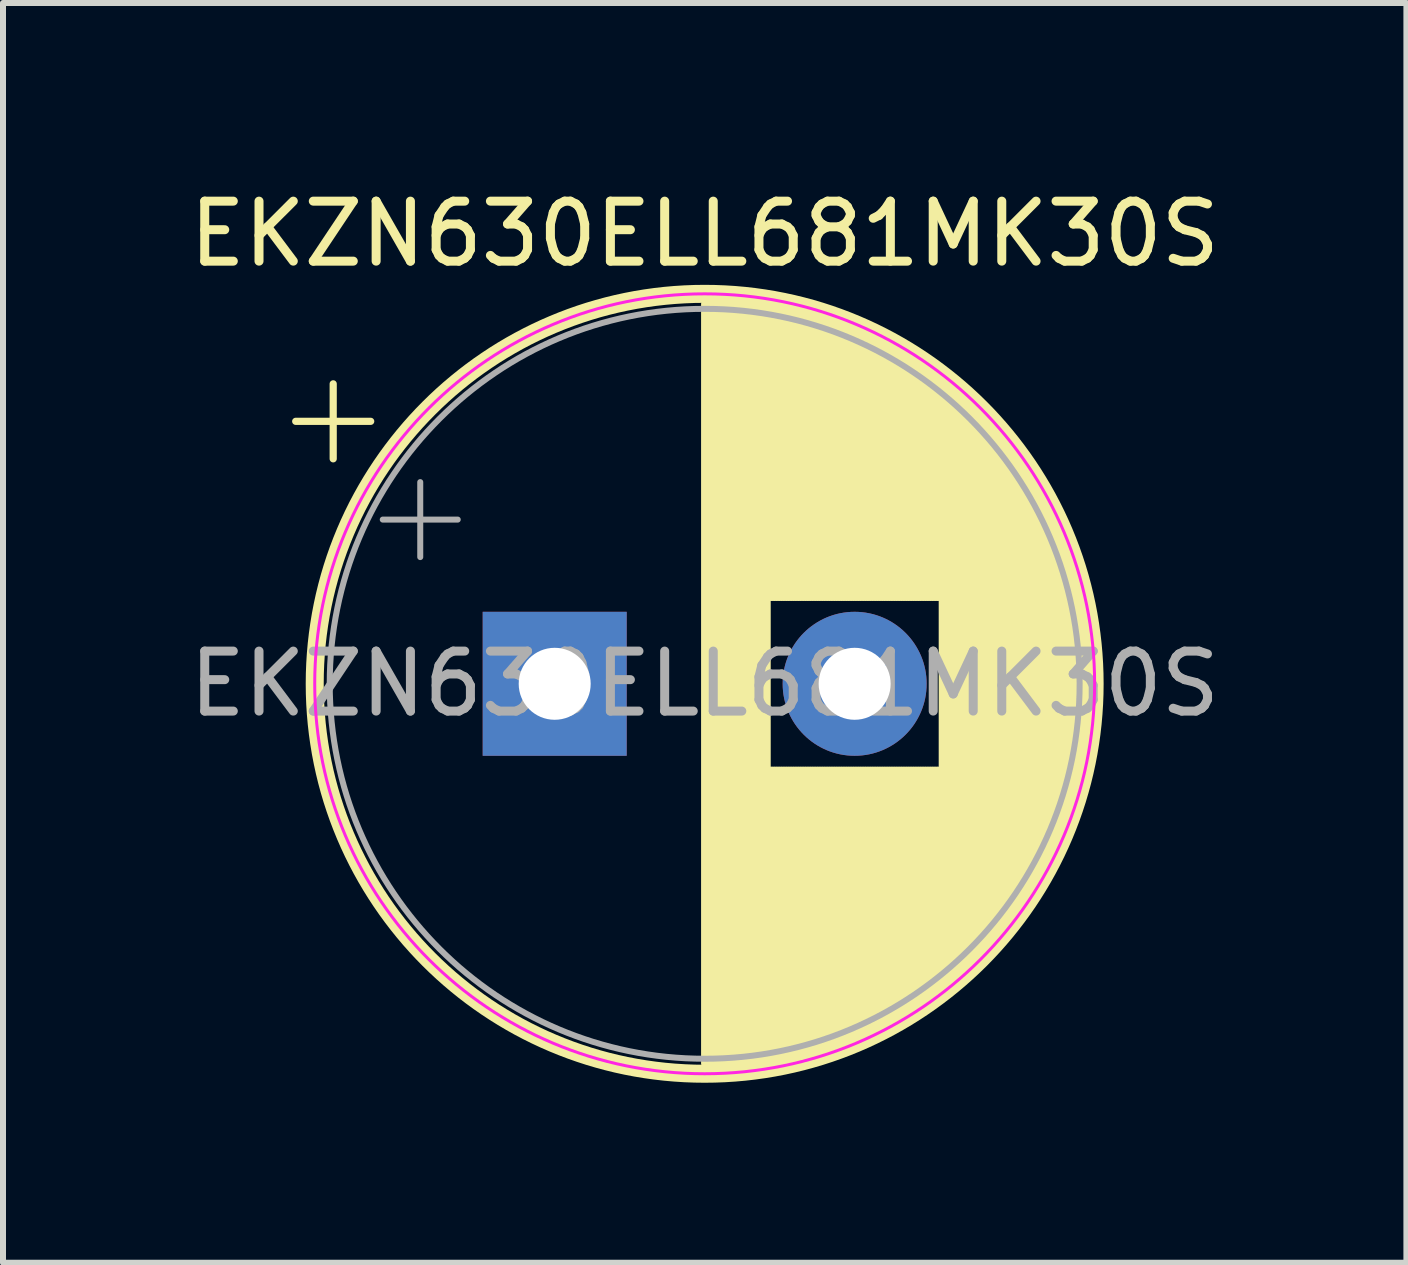
<source format=kicad_pcb>
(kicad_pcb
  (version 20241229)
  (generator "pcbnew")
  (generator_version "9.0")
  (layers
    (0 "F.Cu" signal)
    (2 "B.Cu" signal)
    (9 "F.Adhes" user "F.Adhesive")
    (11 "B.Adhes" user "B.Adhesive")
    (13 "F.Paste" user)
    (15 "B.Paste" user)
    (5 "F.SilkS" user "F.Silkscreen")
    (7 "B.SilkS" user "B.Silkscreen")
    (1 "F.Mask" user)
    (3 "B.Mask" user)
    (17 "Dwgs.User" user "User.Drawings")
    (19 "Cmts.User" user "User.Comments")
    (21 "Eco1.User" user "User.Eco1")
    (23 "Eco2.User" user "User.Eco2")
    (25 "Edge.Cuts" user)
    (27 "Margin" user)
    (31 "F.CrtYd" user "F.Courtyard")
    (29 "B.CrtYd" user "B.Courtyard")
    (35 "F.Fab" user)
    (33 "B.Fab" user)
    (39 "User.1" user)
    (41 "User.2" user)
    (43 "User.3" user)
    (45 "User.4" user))
  (footprint "EKZN630ELL681MK30S"
    (layer "F.Cu")
    (at 6.196 8.348)
    (property "Reference" "EKZN630ELL681MK30S" (at 2.5 -7.5 0) (layer "F.SilkS") (effects (font (size 1 1) (thickness 0.15))))
    (attr through_hole)
    (fp_line (start -4.317 -4.375) (end -3.067 -4.375) (stroke (width 0.12) (type solid)) (layer "F.SilkS"))
    (fp_line (start -3.692 -5) (end -3.692 -3.75) (stroke (width 0.12) (type solid)) (layer "F.SilkS"))
    (fp_line (start 2.5 -6.33) (end 2.5 6.33) (stroke (width 0.12) (type solid)) (layer "F.SilkS"))
    (fp_line (start 2.54 -6.33) (end 2.54 6.33) (stroke (width 0.12) (type solid)) (layer "F.SilkS"))
    (fp_line (start 2.58 -6.33) (end 2.58 6.33) (stroke (width 0.12) (type solid)) (layer "F.SilkS"))
    (fp_line (start 2.62 -6.329) (end 2.62 6.329) (stroke (width 0.12) (type solid)) (layer "F.SilkS"))
    (fp_line (start 2.66 -6.328) (end 2.66 6.328) (stroke (width 0.12) (type solid)) (layer "F.SilkS"))
    (fp_line (start 2.7 -6.327) (end 2.7 6.327) (stroke (width 0.12) (type solid)) (layer "F.SilkS"))
    (fp_line (start 2.74 -6.326) (end 2.74 6.326) (stroke (width 0.12) (type solid)) (layer "F.SilkS"))
    (fp_line (start 2.78 -6.324) (end 2.78 6.324) (stroke (width 0.12) (type solid)) (layer "F.SilkS"))
    (fp_line (start 2.82 -6.322) (end 2.82 6.322) (stroke (width 0.12) (type solid)) (layer "F.SilkS"))
    (fp_line (start 2.86 -6.32) (end 2.86 6.32) (stroke (width 0.12) (type solid)) (layer "F.SilkS"))
    (fp_line (start 2.9 -6.318) (end 2.9 6.318) (stroke (width 0.12) (type solid)) (layer "F.SilkS"))
    (fp_line (start 2.94 -6.315) (end 2.94 6.315) (stroke (width 0.12) (type solid)) (layer "F.SilkS"))
    (fp_line (start 2.98 -6.312) (end 2.98 6.312) (stroke (width 0.12) (type solid)) (layer "F.SilkS"))
    (fp_line (start 3.02 -6.309) (end 3.02 6.309) (stroke (width 0.12) (type solid)) (layer "F.SilkS"))
    (fp_line (start 3.06 -6.306) (end 3.06 6.306) (stroke (width 0.12) (type solid)) (layer "F.SilkS"))
    (fp_line (start 3.1 -6.302) (end 3.1 6.302) (stroke (width 0.12) (type solid)) (layer "F.SilkS"))
    (fp_line (start 3.14 -6.298) (end 3.14 6.298) (stroke (width 0.12) (type solid)) (layer "F.SilkS"))
    (fp_line (start 3.18 -6.294) (end 3.18 6.294) (stroke (width 0.12) (type solid)) (layer "F.SilkS"))
    (fp_line (start 3.221 -6.29) (end 3.221 6.29) (stroke (width 0.12) (type solid)) (layer "F.SilkS"))
    (fp_line (start 3.261 -6.285) (end 3.261 6.285) (stroke (width 0.12) (type solid)) (layer "F.SilkS"))
    (fp_line (start 3.301 -6.28) (end 3.301 6.28) (stroke (width 0.12) (type solid)) (layer "F.SilkS"))
    (fp_line (start 3.341 -6.275) (end 3.341 6.275) (stroke (width 0.12) (type solid)) (layer "F.SilkS"))
    (fp_line (start 3.381 -6.269) (end 3.381 6.269) (stroke (width 0.12) (type solid)) (layer "F.SilkS"))
    (fp_line (start 3.421 -6.264) (end 3.421 6.264) (stroke (width 0.12) (type solid)) (layer "F.SilkS"))
    (fp_line (start 3.461 -6.258) (end 3.461 6.258) (stroke (width 0.12) (type solid)) (layer "F.SilkS"))
    (fp_line (start 3.501 -6.252) (end 3.501 6.252) (stroke (width 0.12) (type solid)) (layer "F.SilkS"))
    (fp_line (start 3.541 -6.245) (end 3.541 6.245) (stroke (width 0.12) (type solid)) (layer "F.SilkS"))
    (fp_line (start 3.581 -6.238) (end 3.581 -1.44) (stroke (width 0.12) (type solid)) (layer "F.SilkS"))
    (fp_line (start 3.581 1.44) (end 3.581 6.238) (stroke (width 0.12) (type solid)) (layer "F.SilkS"))
    (fp_line (start 3.621 -6.231) (end 3.621 -1.44) (stroke (width 0.12) (type solid)) (layer "F.SilkS"))
    (fp_line (start 3.621 1.44) (end 3.621 6.231) (stroke (width 0.12) (type solid)) (layer "F.SilkS"))
    (fp_line (start 3.661 -6.224) (end 3.661 -1.44) (stroke (width 0.12) (type solid)) (layer "F.SilkS"))
    (fp_line (start 3.661 1.44) (end 3.661 6.224) (stroke (width 0.12) (type solid)) (layer "F.SilkS"))
    (fp_line (start 3.701 -6.216) (end 3.701 -1.44) (stroke (width 0.12) (type solid)) (layer "F.SilkS"))
    (fp_line (start 3.701 1.44) (end 3.701 6.216) (stroke (width 0.12) (type solid)) (layer "F.SilkS"))
    (fp_line (start 3.741 -6.209) (end 3.741 -1.44) (stroke (width 0.12) (type solid)) (layer "F.SilkS"))
    (fp_line (start 3.741 1.44) (end 3.741 6.209) (stroke (width 0.12) (type solid)) (layer "F.SilkS"))
    (fp_line (start 3.781 -6.201) (end 3.781 -1.44) (stroke (width 0.12) (type solid)) (layer "F.SilkS"))
    (fp_line (start 3.781 1.44) (end 3.781 6.201) (stroke (width 0.12) (type solid)) (layer "F.SilkS"))
    (fp_line (start 3.821 -6.192) (end 3.821 -1.44) (stroke (width 0.12) (type solid)) (layer "F.SilkS"))
    (fp_line (start 3.821 1.44) (end 3.821 6.192) (stroke (width 0.12) (type solid)) (layer "F.SilkS"))
    (fp_line (start 3.861 -6.184) (end 3.861 -1.44) (stroke (width 0.12) (type solid)) (layer "F.SilkS"))
    (fp_line (start 3.861 1.44) (end 3.861 6.184) (stroke (width 0.12) (type solid)) (layer "F.SilkS"))
    (fp_line (start 3.901 -6.175) (end 3.901 -1.44) (stroke (width 0.12) (type solid)) (layer "F.SilkS"))
    (fp_line (start 3.901 1.44) (end 3.901 6.175) (stroke (width 0.12) (type solid)) (layer "F.SilkS"))
    (fp_line (start 3.941 -6.166) (end 3.941 -1.44) (stroke (width 0.12) (type solid)) (layer "F.SilkS"))
    (fp_line (start 3.941 1.44) (end 3.941 6.166) (stroke (width 0.12) (type solid)) (layer "F.SilkS"))
    (fp_line (start 3.981 -6.156) (end 3.981 -1.44) (stroke (width 0.12) (type solid)) (layer "F.SilkS"))
    (fp_line (start 3.981 1.44) (end 3.981 6.156) (stroke (width 0.12) (type solid)) (layer "F.SilkS"))
    (fp_line (start 4.021 -6.146) (end 4.021 -1.44) (stroke (width 0.12) (type solid)) (layer "F.SilkS"))
    (fp_line (start 4.021 1.44) (end 4.021 6.146) (stroke (width 0.12) (type solid)) (layer "F.SilkS"))
    (fp_line (start 4.061 -6.137) (end 4.061 -1.44) (stroke (width 0.12) (type solid)) (layer "F.SilkS"))
    (fp_line (start 4.061 1.44) (end 4.061 6.137) (stroke (width 0.12) (type solid)) (layer "F.SilkS"))
    (fp_line (start 4.101 -6.126) (end 4.101 -1.44) (stroke (width 0.12) (type solid)) (layer "F.SilkS"))
    (fp_line (start 4.101 1.44) (end 4.101 6.126) (stroke (width 0.12) (type solid)) (layer "F.SilkS"))
    (fp_line (start 4.141 -6.116) (end 4.141 -1.44) (stroke (width 0.12) (type solid)) (layer "F.SilkS"))
    (fp_line (start 4.141 1.44) (end 4.141 6.116) (stroke (width 0.12) (type solid)) (layer "F.SilkS"))
    (fp_line (start 4.181 -6.105) (end 4.181 -1.44) (stroke (width 0.12) (type solid)) (layer "F.SilkS"))
    (fp_line (start 4.181 1.44) (end 4.181 6.105) (stroke (width 0.12) (type solid)) (layer "F.SilkS"))
    (fp_line (start 4.221 -6.094) (end 4.221 -1.44) (stroke (width 0.12) (type solid)) (layer "F.SilkS"))
    (fp_line (start 4.221 1.44) (end 4.221 6.094) (stroke (width 0.12) (type solid)) (layer "F.SilkS"))
    (fp_line (start 4.261 -6.083) (end 4.261 -1.44) (stroke (width 0.12) (type solid)) (layer "F.SilkS"))
    (fp_line (start 4.261 1.44) (end 4.261 6.083) (stroke (width 0.12) (type solid)) (layer "F.SilkS"))
    (fp_line (start 4.301 -6.071) (end 4.301 -1.44) (stroke (width 0.12) (type solid)) (layer "F.SilkS"))
    (fp_line (start 4.301 1.44) (end 4.301 6.071) (stroke (width 0.12) (type solid)) (layer "F.SilkS"))
    (fp_line (start 4.341 -6.059) (end 4.341 -1.44) (stroke (width 0.12) (type solid)) (layer "F.SilkS"))
    (fp_line (start 4.341 1.44) (end 4.341 6.059) (stroke (width 0.12) (type solid)) (layer "F.SilkS"))
    (fp_line (start 4.381 -6.047) (end 4.381 -1.44) (stroke (width 0.12) (type solid)) (layer "F.SilkS"))
    (fp_line (start 4.381 1.44) (end 4.381 6.047) (stroke (width 0.12) (type solid)) (layer "F.SilkS"))
    (fp_line (start 4.421 -6.034) (end 4.421 -1.44) (stroke (width 0.12) (type solid)) (layer "F.SilkS"))
    (fp_line (start 4.421 1.44) (end 4.421 6.034) (stroke (width 0.12) (type solid)) (layer "F.SilkS"))
    (fp_line (start 4.461 -6.021) (end 4.461 -1.44) (stroke (width 0.12) (type solid)) (layer "F.SilkS"))
    (fp_line (start 4.461 1.44) (end 4.461 6.021) (stroke (width 0.12) (type solid)) (layer "F.SilkS"))
    (fp_line (start 4.501 -6.008) (end 4.501 -1.44) (stroke (width 0.12) (type solid)) (layer "F.SilkS"))
    (fp_line (start 4.501 1.44) (end 4.501 6.008) (stroke (width 0.12) (type solid)) (layer "F.SilkS"))
    (fp_line (start 4.541 -5.995) (end 4.541 -1.44) (stroke (width 0.12) (type solid)) (layer "F.SilkS"))
    (fp_line (start 4.541 1.44) (end 4.541 5.995) (stroke (width 0.12) (type solid)) (layer "F.SilkS"))
    (fp_line (start 4.581 -5.981) (end 4.581 -1.44) (stroke (width 0.12) (type solid)) (layer "F.SilkS"))
    (fp_line (start 4.581 1.44) (end 4.581 5.981) (stroke (width 0.12) (type solid)) (layer "F.SilkS"))
    (fp_line (start 4.621 -5.967) (end 4.621 -1.44) (stroke (width 0.12) (type solid)) (layer "F.SilkS"))
    (fp_line (start 4.621 1.44) (end 4.621 5.967) (stroke (width 0.12) (type solid)) (layer "F.SilkS"))
    (fp_line (start 4.661 -5.953) (end 4.661 -1.44) (stroke (width 0.12) (type solid)) (layer "F.SilkS"))
    (fp_line (start 4.661 1.44) (end 4.661 5.953) (stroke (width 0.12) (type solid)) (layer "F.SilkS"))
    (fp_line (start 4.701 -5.939) (end 4.701 -1.44) (stroke (width 0.12) (type solid)) (layer "F.SilkS"))
    (fp_line (start 4.701 1.44) (end 4.701 5.939) (stroke (width 0.12) (type solid)) (layer "F.SilkS"))
    (fp_line (start 4.741 -5.924) (end 4.741 -1.44) (stroke (width 0.12) (type solid)) (layer "F.SilkS"))
    (fp_line (start 4.741 1.44) (end 4.741 5.924) (stroke (width 0.12) (type solid)) (layer "F.SilkS"))
    (fp_line (start 4.781 -5.908) (end 4.781 -1.44) (stroke (width 0.12) (type solid)) (layer "F.SilkS"))
    (fp_line (start 4.781 1.44) (end 4.781 5.908) (stroke (width 0.12) (type solid)) (layer "F.SilkS"))
    (fp_line (start 4.821 -5.893) (end 4.821 -1.44) (stroke (width 0.12) (type solid)) (layer "F.SilkS"))
    (fp_line (start 4.821 1.44) (end 4.821 5.893) (stroke (width 0.12) (type solid)) (layer "F.SilkS"))
    (fp_line (start 4.861 -5.877) (end 4.861 -1.44) (stroke (width 0.12) (type solid)) (layer "F.SilkS"))
    (fp_line (start 4.861 1.44) (end 4.861 5.877) (stroke (width 0.12) (type solid)) (layer "F.SilkS"))
    (fp_line (start 4.901 -5.861) (end 4.901 -1.44) (stroke (width 0.12) (type solid)) (layer "F.SilkS"))
    (fp_line (start 4.901 1.44) (end 4.901 5.861) (stroke (width 0.12) (type solid)) (layer "F.SilkS"))
    (fp_line (start 4.941 -5.845) (end 4.941 -1.44) (stroke (width 0.12) (type solid)) (layer "F.SilkS"))
    (fp_line (start 4.941 1.44) (end 4.941 5.845) (stroke (width 0.12) (type solid)) (layer "F.SilkS"))
    (fp_line (start 4.981 -5.828) (end 4.981 -1.44) (stroke (width 0.12) (type solid)) (layer "F.SilkS"))
    (fp_line (start 4.981 1.44) (end 4.981 5.828) (stroke (width 0.12) (type solid)) (layer "F.SilkS"))
    (fp_line (start 5.021 -5.811) (end 5.021 -1.44) (stroke (width 0.12) (type solid)) (layer "F.SilkS"))
    (fp_line (start 5.021 1.44) (end 5.021 5.811) (stroke (width 0.12) (type solid)) (layer "F.SilkS"))
    (fp_line (start 5.061 -5.793) (end 5.061 -1.44) (stroke (width 0.12) (type solid)) (layer "F.SilkS"))
    (fp_line (start 5.061 1.44) (end 5.061 5.793) (stroke (width 0.12) (type solid)) (layer "F.SilkS"))
    (fp_line (start 5.101 -5.776) (end 5.101 -1.44) (stroke (width 0.12) (type solid)) (layer "F.SilkS"))
    (fp_line (start 5.101 1.44) (end 5.101 5.776) (stroke (width 0.12) (type solid)) (layer "F.SilkS"))
    (fp_line (start 5.141 -5.758) (end 5.141 -1.44) (stroke (width 0.12) (type solid)) (layer "F.SilkS"))
    (fp_line (start 5.141 1.44) (end 5.141 5.758) (stroke (width 0.12) (type solid)) (layer "F.SilkS"))
    (fp_line (start 5.181 -5.739) (end 5.181 -1.44) (stroke (width 0.12) (type solid)) (layer "F.SilkS"))
    (fp_line (start 5.181 1.44) (end 5.181 5.739) (stroke (width 0.12) (type solid)) (layer "F.SilkS"))
    (fp_line (start 5.221 -5.721) (end 5.221 -1.44) (stroke (width 0.12) (type solid)) (layer "F.SilkS"))
    (fp_line (start 5.221 1.44) (end 5.221 5.721) (stroke (width 0.12) (type solid)) (layer "F.SilkS"))
    (fp_line (start 5.261 -5.702) (end 5.261 -1.44) (stroke (width 0.12) (type solid)) (layer "F.SilkS"))
    (fp_line (start 5.261 1.44) (end 5.261 5.702) (stroke (width 0.12) (type solid)) (layer "F.SilkS"))
    (fp_line (start 5.301 -5.682) (end 5.301 -1.44) (stroke (width 0.12) (type solid)) (layer "F.SilkS"))
    (fp_line (start 5.301 1.44) (end 5.301 5.682) (stroke (width 0.12) (type solid)) (layer "F.SilkS"))
    (fp_line (start 5.341 -5.662) (end 5.341 -1.44) (stroke (width 0.12) (type solid)) (layer "F.SilkS"))
    (fp_line (start 5.341 1.44) (end 5.341 5.662) (stroke (width 0.12) (type solid)) (layer "F.SilkS"))
    (fp_line (start 5.381 -5.642) (end 5.381 -1.44) (stroke (width 0.12) (type solid)) (layer "F.SilkS"))
    (fp_line (start 5.381 1.44) (end 5.381 5.642) (stroke (width 0.12) (type solid)) (layer "F.SilkS"))
    (fp_line (start 5.421 -5.622) (end 5.421 -1.44) (stroke (width 0.12) (type solid)) (layer "F.SilkS"))
    (fp_line (start 5.421 1.44) (end 5.421 5.622) (stroke (width 0.12) (type solid)) (layer "F.SilkS"))
    (fp_line (start 5.461 -5.601) (end 5.461 -1.44) (stroke (width 0.12) (type solid)) (layer "F.SilkS"))
    (fp_line (start 5.461 1.44) (end 5.461 5.601) (stroke (width 0.12) (type solid)) (layer "F.SilkS"))
    (fp_line (start 5.501 -5.58) (end 5.501 -1.44) (stroke (width 0.12) (type solid)) (layer "F.SilkS"))
    (fp_line (start 5.501 1.44) (end 5.501 5.58) (stroke (width 0.12) (type solid)) (layer "F.SilkS"))
    (fp_line (start 5.541 -5.558) (end 5.541 -1.44) (stroke (width 0.12) (type solid)) (layer "F.SilkS"))
    (fp_line (start 5.541 1.44) (end 5.541 5.558) (stroke (width 0.12) (type solid)) (layer "F.SilkS"))
    (fp_line (start 5.581 -5.536) (end 5.581 -1.44) (stroke (width 0.12) (type solid)) (layer "F.SilkS"))
    (fp_line (start 5.581 1.44) (end 5.581 5.536) (stroke (width 0.12) (type solid)) (layer "F.SilkS"))
    (fp_line (start 5.621 -5.514) (end 5.621 -1.44) (stroke (width 0.12) (type solid)) (layer "F.SilkS"))
    (fp_line (start 5.621 1.44) (end 5.621 5.514) (stroke (width 0.12) (type solid)) (layer "F.SilkS"))
    (fp_line (start 5.661 -5.491) (end 5.661 -1.44) (stroke (width 0.12) (type solid)) (layer "F.SilkS"))
    (fp_line (start 5.661 1.44) (end 5.661 5.491) (stroke (width 0.12) (type solid)) (layer "F.SilkS"))
    (fp_line (start 5.701 -5.468) (end 5.701 -1.44) (stroke (width 0.12) (type solid)) (layer "F.SilkS"))
    (fp_line (start 5.701 1.44) (end 5.701 5.468) (stroke (width 0.12) (type solid)) (layer "F.SilkS"))
    (fp_line (start 5.741 -5.445) (end 5.741 -1.44) (stroke (width 0.12) (type solid)) (layer "F.SilkS"))
    (fp_line (start 5.741 1.44) (end 5.741 5.445) (stroke (width 0.12) (type solid)) (layer "F.SilkS"))
    (fp_line (start 5.781 -5.421) (end 5.781 -1.44) (stroke (width 0.12) (type solid)) (layer "F.SilkS"))
    (fp_line (start 5.781 1.44) (end 5.781 5.421) (stroke (width 0.12) (type solid)) (layer "F.SilkS"))
    (fp_line (start 5.821 -5.397) (end 5.821 -1.44) (stroke (width 0.12) (type solid)) (layer "F.SilkS"))
    (fp_line (start 5.821 1.44) (end 5.821 5.397) (stroke (width 0.12) (type solid)) (layer "F.SilkS"))
    (fp_line (start 5.861 -5.372) (end 5.861 -1.44) (stroke (width 0.12) (type solid)) (layer "F.SilkS"))
    (fp_line (start 5.861 1.44) (end 5.861 5.372) (stroke (width 0.12) (type solid)) (layer "F.SilkS"))
    (fp_line (start 5.901 -5.347) (end 5.901 -1.44) (stroke (width 0.12) (type solid)) (layer "F.SilkS"))
    (fp_line (start 5.901 1.44) (end 5.901 5.347) (stroke (width 0.12) (type solid)) (layer "F.SilkS"))
    (fp_line (start 5.941 -5.322) (end 5.941 -1.44) (stroke (width 0.12) (type solid)) (layer "F.SilkS"))
    (fp_line (start 5.941 1.44) (end 5.941 5.322) (stroke (width 0.12) (type solid)) (layer "F.SilkS"))
    (fp_line (start 5.981 -5.296) (end 5.981 -1.44) (stroke (width 0.12) (type solid)) (layer "F.SilkS"))
    (fp_line (start 5.981 1.44) (end 5.981 5.296) (stroke (width 0.12) (type solid)) (layer "F.SilkS"))
    (fp_line (start 6.021 -5.27) (end 6.021 -1.44) (stroke (width 0.12) (type solid)) (layer "F.SilkS"))
    (fp_line (start 6.021 1.44) (end 6.021 5.27) (stroke (width 0.12) (type solid)) (layer "F.SilkS"))
    (fp_line (start 6.061 -5.243) (end 6.061 -1.44) (stroke (width 0.12) (type solid)) (layer "F.SilkS"))
    (fp_line (start 6.061 1.44) (end 6.061 5.243) (stroke (width 0.12) (type solid)) (layer "F.SilkS"))
    (fp_line (start 6.101 -5.216) (end 6.101 -1.44) (stroke (width 0.12) (type solid)) (layer "F.SilkS"))
    (fp_line (start 6.101 1.44) (end 6.101 5.216) (stroke (width 0.12) (type solid)) (layer "F.SilkS"))
    (fp_line (start 6.141 -5.188) (end 6.141 -1.44) (stroke (width 0.12) (type solid)) (layer "F.SilkS"))
    (fp_line (start 6.141 1.44) (end 6.141 5.188) (stroke (width 0.12) (type solid)) (layer "F.SilkS"))
    (fp_line (start 6.181 -5.16) (end 6.181 -1.44) (stroke (width 0.12) (type solid)) (layer "F.SilkS"))
    (fp_line (start 6.181 1.44) (end 6.181 5.16) (stroke (width 0.12) (type solid)) (layer "F.SilkS"))
    (fp_line (start 6.221 -5.131) (end 6.221 -1.44) (stroke (width 0.12) (type solid)) (layer "F.SilkS"))
    (fp_line (start 6.221 1.44) (end 6.221 5.131) (stroke (width 0.12) (type solid)) (layer "F.SilkS"))
    (fp_line (start 6.261 -5.102) (end 6.261 -1.44) (stroke (width 0.12) (type solid)) (layer "F.SilkS"))
    (fp_line (start 6.261 1.44) (end 6.261 5.102) (stroke (width 0.12) (type solid)) (layer "F.SilkS"))
    (fp_line (start 6.301 -5.073) (end 6.301 -1.44) (stroke (width 0.12) (type solid)) (layer "F.SilkS"))
    (fp_line (start 6.301 1.44) (end 6.301 5.073) (stroke (width 0.12) (type solid)) (layer "F.SilkS"))
    (fp_line (start 6.341 -5.043) (end 6.341 -1.44) (stroke (width 0.12) (type solid)) (layer "F.SilkS"))
    (fp_line (start 6.341 1.44) (end 6.341 5.043) (stroke (width 0.12) (type solid)) (layer "F.SilkS"))
    (fp_line (start 6.381 -5.012) (end 6.381 -1.44) (stroke (width 0.12) (type solid)) (layer "F.SilkS"))
    (fp_line (start 6.381 1.44) (end 6.381 5.012) (stroke (width 0.12) (type solid)) (layer "F.SilkS"))
    (fp_line (start 6.421 -4.982) (end 6.421 -1.44) (stroke (width 0.12) (type solid)) (layer "F.SilkS"))
    (fp_line (start 6.421 1.44) (end 6.421 4.982) (stroke (width 0.12) (type solid)) (layer "F.SilkS"))
    (fp_line (start 6.461 -4.95) (end 6.461 4.95) (stroke (width 0.12) (type solid)) (layer "F.SilkS"))
    (fp_line (start 6.501 -4.918) (end 6.501 4.918) (stroke (width 0.12) (type solid)) (layer "F.SilkS"))
    (fp_line (start 6.541 -4.885) (end 6.541 4.885) (stroke (width 0.12) (type solid)) (layer "F.SilkS"))
    (fp_line (start 6.581 -4.852) (end 6.581 4.852) (stroke (width 0.12) (type solid)) (layer "F.SilkS"))
    (fp_line (start 6.621 -4.819) (end 6.621 4.819) (stroke (width 0.12) (type solid)) (layer "F.SilkS"))
    (fp_line (start 6.661 -4.785) (end 6.661 4.785) (stroke (width 0.12) (type solid)) (layer "F.SilkS"))
    (fp_line (start 6.701 -4.75) (end 6.701 4.75) (stroke (width 0.12) (type solid)) (layer "F.SilkS"))
    (fp_line (start 6.741 -4.714) (end 6.741 4.714) (stroke (width 0.12) (type solid)) (layer "F.SilkS"))
    (fp_line (start 6.781 -4.678) (end 6.781 4.678) (stroke (width 0.12) (type solid)) (layer "F.SilkS"))
    (fp_line (start 6.821 -4.642) (end 6.821 4.642) (stroke (width 0.12) (type solid)) (layer "F.SilkS"))
    (fp_line (start 6.861 -4.605) (end 6.861 4.605) (stroke (width 0.12) (type solid)) (layer "F.SilkS"))
    (fp_line (start 6.901 -4.567) (end 6.901 4.567) (stroke (width 0.12) (type solid)) (layer "F.SilkS"))
    (fp_line (start 6.941 -4.528) (end 6.941 4.528) (stroke (width 0.12) (type solid)) (layer "F.SilkS"))
    (fp_line (start 6.981 -4.489) (end 6.981 4.489) (stroke (width 0.12) (type solid)) (layer "F.SilkS"))
    (fp_line (start 7.021 -4.449) (end 7.021 4.449) (stroke (width 0.12) (type solid)) (layer "F.SilkS"))
    (fp_line (start 7.061 -4.408) (end 7.061 4.408) (stroke (width 0.12) (type solid)) (layer "F.SilkS"))
    (fp_line (start 7.101 -4.367) (end 7.101 4.367) (stroke (width 0.12) (type solid)) (layer "F.SilkS"))
    (fp_line (start 7.141 -4.325) (end 7.141 4.325) (stroke (width 0.12) (type solid)) (layer "F.SilkS"))
    (fp_line (start 7.181 -4.282) (end 7.181 4.282) (stroke (width 0.12) (type solid)) (layer "F.SilkS"))
    (fp_line (start 7.221 -4.238) (end 7.221 4.238) (stroke (width 0.12) (type solid)) (layer "F.SilkS"))
    (fp_line (start 7.261 -4.194) (end 7.261 4.194) (stroke (width 0.12) (type solid)) (layer "F.SilkS"))
    (fp_line (start 7.301 -4.148) (end 7.301 4.148) (stroke (width 0.12) (type solid)) (layer "F.SilkS"))
    (fp_line (start 7.341 -4.102) (end 7.341 4.102) (stroke (width 0.12) (type solid)) (layer "F.SilkS"))
    (fp_line (start 7.381 -4.055) (end 7.381 4.055) (stroke (width 0.12) (type solid)) (layer "F.SilkS"))
    (fp_line (start 7.421 -4.007) (end 7.421 4.007) (stroke (width 0.12) (type solid)) (layer "F.SilkS"))
    (fp_line (start 7.461 -3.957) (end 7.461 3.957) (stroke (width 0.12) (type solid)) (layer "F.SilkS"))
    (fp_line (start 7.501 -3.907) (end 7.501 3.907) (stroke (width 0.12) (type solid)) (layer "F.SilkS"))
    (fp_line (start 7.541 -3.856) (end 7.541 3.856) (stroke (width 0.12) (type solid)) (layer "F.SilkS"))
    (fp_line (start 7.581 -3.804) (end 7.581 3.804) (stroke (width 0.12) (type solid)) (layer "F.SilkS"))
    (fp_line (start 7.621 -3.75) (end 7.621 3.75) (stroke (width 0.12) (type solid)) (layer "F.SilkS"))
    (fp_line (start 7.661 -3.696) (end 7.661 3.696) (stroke (width 0.12) (type solid)) (layer "F.SilkS"))
    (fp_line (start 7.701 -3.64) (end 7.701 3.64) (stroke (width 0.12) (type solid)) (layer "F.SilkS"))
    (fp_line (start 7.741 -3.583) (end 7.741 3.583) (stroke (width 0.12) (type solid)) (layer "F.SilkS"))
    (fp_line (start 7.781 -3.524) (end 7.781 3.524) (stroke (width 0.12) (type solid)) (layer "F.SilkS"))
    (fp_line (start 7.821 -3.464) (end 7.821 3.464) (stroke (width 0.12) (type solid)) (layer "F.SilkS"))
    (fp_line (start 7.861 -3.402) (end 7.861 3.402) (stroke (width 0.12) (type solid)) (layer "F.SilkS"))
    (fp_line (start 7.901 -3.339) (end 7.901 3.339) (stroke (width 0.12) (type solid)) (layer "F.SilkS"))
    (fp_line (start 7.941 -3.275) (end 7.941 3.275) (stroke (width 0.12) (type solid)) (layer "F.SilkS"))
    (fp_line (start 7.981 -3.208) (end 7.981 3.208) (stroke (width 0.12) (type solid)) (layer "F.SilkS"))
    (fp_line (start 8.021 -3.14) (end 8.021 3.14) (stroke (width 0.12) (type solid)) (layer "F.SilkS"))
    (fp_line (start 8.061 -3.069) (end 8.061 3.069) (stroke (width 0.12) (type solid)) (layer "F.SilkS"))
    (fp_line (start 8.101 -2.996) (end 8.101 2.996) (stroke (width 0.12) (type solid)) (layer "F.SilkS"))
    (fp_line (start 8.141 -2.921) (end 8.141 2.921) (stroke (width 0.12) (type solid)) (layer "F.SilkS"))
    (fp_line (start 8.181 -2.844) (end 8.181 2.844) (stroke (width 0.12) (type solid)) (layer "F.SilkS"))
    (fp_line (start 8.221 -2.764) (end 8.221 2.764) (stroke (width 0.12) (type solid)) (layer "F.SilkS"))
    (fp_line (start 8.261 -2.681) (end 8.261 2.681) (stroke (width 0.12) (type solid)) (layer "F.SilkS"))
    (fp_line (start 8.301 -2.594) (end 8.301 2.594) (stroke (width 0.12) (type solid)) (layer "F.SilkS"))
    (fp_line (start 8.341 -2.504) (end 8.341 2.504) (stroke (width 0.12) (type solid)) (layer "F.SilkS"))
    (fp_line (start 8.381 -2.41) (end 8.381 2.41) (stroke (width 0.12) (type solid)) (layer "F.SilkS"))
    (fp_line (start 8.421 -2.312) (end 8.421 2.312) (stroke (width 0.12) (type solid)) (layer "F.SilkS"))
    (fp_line (start 8.461 -2.209) (end 8.461 2.209) (stroke (width 0.12) (type solid)) (layer "F.SilkS"))
    (fp_line (start 8.501 -2.1) (end 8.501 2.1) (stroke (width 0.12) (type solid)) (layer "F.SilkS"))
    (fp_line (start 8.541 -1.984) (end 8.541 1.984) (stroke (width 0.12) (type solid)) (layer "F.SilkS"))
    (fp_line (start 8.581 -1.861) (end 8.581 1.861) (stroke (width 0.12) (type solid)) (layer "F.SilkS"))
    (fp_line (start 8.621 -1.728) (end 8.621 1.728) (stroke (width 0.12) (type solid)) (layer "F.SilkS"))
    (fp_line (start 8.661 -1.583) (end 8.661 1.583) (stroke (width 0.12) (type solid)) (layer "F.SilkS"))
    (fp_line (start 8.701 -1.422) (end 8.701 1.422) (stroke (width 0.12) (type solid)) (layer "F.SilkS"))
    (fp_line (start 8.741 -1.241) (end 8.741 1.241) (stroke (width 0.12) (type solid)) (layer "F.SilkS"))
    (fp_line (start 8.781 -1.028) (end 8.781 1.028) (stroke (width 0.12) (type solid)) (layer "F.SilkS"))
    (fp_line (start 8.821 -0.757) (end 8.821 0.757) (stroke (width 0.12) (type solid)) (layer "F.SilkS"))
    (fp_line (start 8.861 -0.317) (end 8.861 0.317) (stroke (width 0.12) (type solid)) (layer "F.SilkS"))
    (fp_circle (center 2.5 0) (end 9 0) (stroke (width 0.3) (type solid)) (fill no) (layer "F.SilkS"))
    (fp_circle (center 2.5 0) (end 9 0) (stroke (width 0.05) (type solid)) (fill no) (layer "F.CrtYd"))
    (fp_line (start -2.866 -2.737) (end -1.616 -2.737) (stroke (width 0.1) (type solid)) (layer "F.Fab"))
    (fp_line (start -2.241 -3.362) (end -2.241 -2.112) (stroke (width 0.1) (type solid)) (layer "F.Fab"))
    (fp_circle (center 2.5 0) (end 8.75 0) (stroke (width 0.1) (type solid)) (fill no) (layer "F.Fab"))
    (fp_text user "${REFERENCE}" (at 2.5 0 0) (layer "F.Fab") (effects (font (size 1 1) (thickness 0.15))))
    (pad "1" thru_hole rect (at 0 0) (size 2.4 2.4) (drill 1.2) (layers "*.Cu" "*.Mask"))
    (pad "2" thru_hole circle (at 5 0) (size 2.4 2.4) (drill 1.2) (layers "*.Cu" "*.Mask")))
  (gr_rect
    (start -3 -3)
    (end 20.393 17.998)
    (stroke (width 0.1) (type default))
    (fill no)
    (layer "Edge.Cuts")))
</source>
